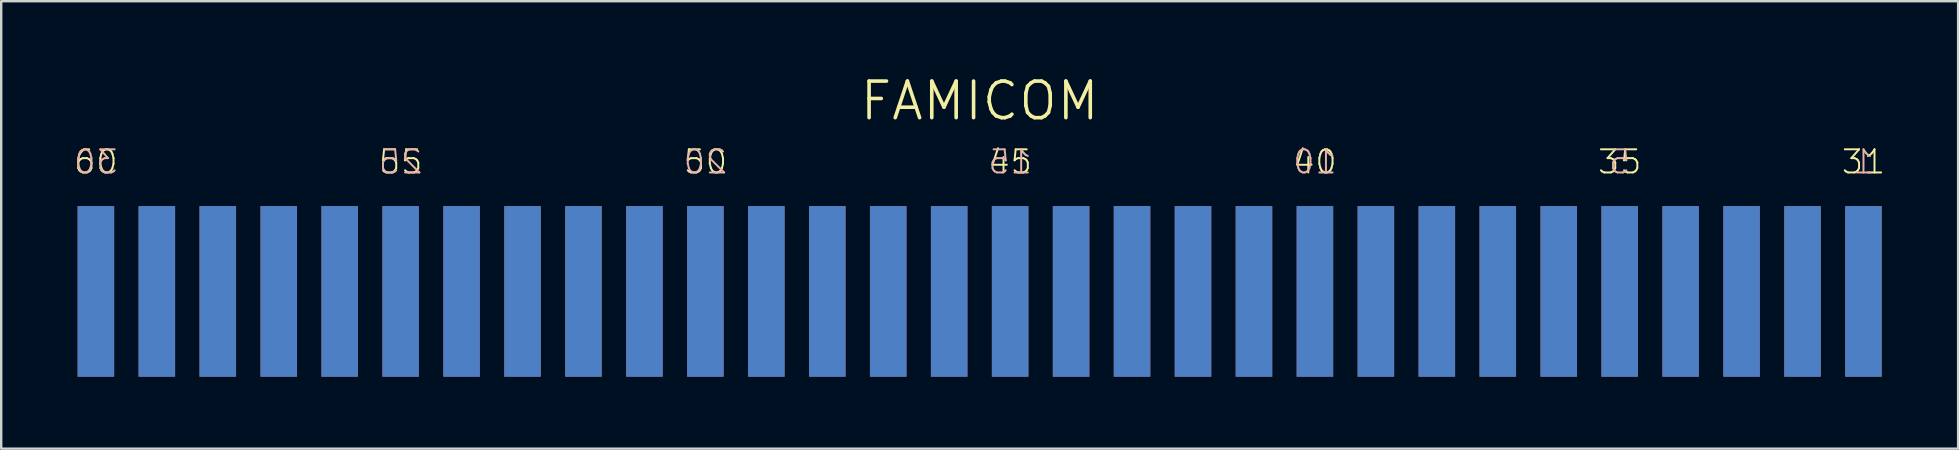
<source format=kicad_pcb>
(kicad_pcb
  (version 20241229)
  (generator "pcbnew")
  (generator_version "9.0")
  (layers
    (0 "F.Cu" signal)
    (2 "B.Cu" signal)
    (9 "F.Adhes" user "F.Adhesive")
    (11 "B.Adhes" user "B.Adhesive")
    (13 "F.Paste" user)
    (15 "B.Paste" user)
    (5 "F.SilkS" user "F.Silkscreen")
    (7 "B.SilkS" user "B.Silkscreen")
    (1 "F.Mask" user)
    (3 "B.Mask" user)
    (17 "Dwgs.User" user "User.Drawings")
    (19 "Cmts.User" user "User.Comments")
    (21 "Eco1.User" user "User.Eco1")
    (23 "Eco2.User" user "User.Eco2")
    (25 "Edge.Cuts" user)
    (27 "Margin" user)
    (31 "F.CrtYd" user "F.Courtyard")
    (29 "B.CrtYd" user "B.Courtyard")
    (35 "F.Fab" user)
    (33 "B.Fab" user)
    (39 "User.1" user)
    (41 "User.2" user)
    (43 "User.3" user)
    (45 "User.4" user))
  (footprint "FAMICOM"
    (layer "F.Cu")
    (at 37.775 1.155)
    (property "Reference" "FAMICOM" (at 0 0 0) (layer "F.SilkS") (effects (font (size 1.524 1.524) (thickness 0.15))))
    (attr through_hole)
    (fp_text user "35" (at 26.67 2.54 0) (layer "F.SilkS") (effects (font (size 0.965 0.965) (thickness 0.081))))
    (fp_text user "55" (at -24.13 2.54 0) (layer "F.SilkS") (effects (font (size 0.965 0.965) (thickness 0.081))))
    (fp_text user "31" (at 36.83 2.54 0) (layer "F.SilkS") (effects (font (size 0.965 0.965) (thickness 0.081))))
    (fp_text user "45" (at 1.27 2.54 0) (layer "F.SilkS") (effects (font (size 0.965 0.965) (thickness 0.081))))
    (fp_text user "50" (at -11.43 2.54 0) (layer "F.SilkS") (effects (font (size 0.965 0.965) (thickness 0.081))))
    (fp_text user "40" (at 13.97 2.54 0) (layer "F.SilkS") (effects (font (size 0.965 0.965) (thickness 0.081))))
    (fp_text user "60" (at -36.83 2.54 0) (layer "F.SilkS") (effects (font (size 0.965 0.965) (thickness 0.081))))
    (fp_text user "25" (at -24.13 2.54 0) (layer "B.SilkS") (effects (font (size 0.965 0.965) (thickness 0.081)) (justify mirror)))
    (fp_text user "30" (at -36.83 2.54 0) (layer "B.SilkS") (effects (font (size 0.965 0.965) (thickness 0.081)) (justify mirror)))
    (fp_text user "15" (at 1.27 2.54 0) (layer "B.SilkS") (effects (font (size 0.965 0.965) (thickness 0.081)) (justify mirror)))
    (fp_text user "10" (at 13.97 2.54 0) (layer "B.SilkS") (effects (font (size 0.965 0.965) (thickness 0.081)) (justify mirror)))
    (fp_text user "1" (at 36.83 2.54 0) (layer "B.SilkS") (effects (font (size 0.965 0.965) (thickness 0.081)) (justify mirror)))
    (fp_text user "20" (at -11.43 2.54 0) (layer "B.SilkS") (effects (font (size 0.965 0.965) (thickness 0.081)) (justify mirror)))
    (fp_text user "5" (at 26.67 2.54 0) (layer "B.SilkS") (effects (font (size 0.965 0.965) (thickness 0.081)) (justify mirror)))
    (pad "1" smd rect (at 36.83 7.938 90) (size 7.112 1.524) (layers "B.Cu" "B.Mask" "B.Paste"))
    (pad "2" smd rect (at 34.29 7.938 90) (size 7.112 1.524) (layers "B.Cu" "B.Mask" "B.Paste"))
    (pad "3" smd rect (at 31.75 7.938 90) (size 7.112 1.524) (layers "B.Cu" "B.Mask" "B.Paste"))
    (pad "4" smd rect (at 29.21 7.938 90) (size 7.112 1.524) (layers "B.Cu" "B.Mask" "B.Paste"))
    (pad "5" smd rect (at 26.67 7.938 90) (size 7.112 1.524) (layers "B.Cu" "B.Mask" "B.Paste"))
    (pad "6" smd rect (at 24.13 7.938 90) (size 7.112 1.524) (layers "B.Cu" "B.Mask" "B.Paste"))
    (pad "7" smd rect (at 21.59 7.938 90) (size 7.112 1.524) (layers "B.Cu" "B.Mask" "B.Paste"))
    (pad "8" smd rect (at 19.05 7.938 90) (size 7.112 1.524) (layers "B.Cu" "B.Mask" "B.Paste"))
    (pad "9" smd rect (at 16.51 7.938 90) (size 7.112 1.524) (layers "B.Cu" "B.Mask" "B.Paste"))
    (pad "10" smd rect (at 13.97 7.938 90) (size 7.112 1.524) (layers "B.Cu" "B.Mask" "B.Paste"))
    (pad "11" smd rect (at 11.43 7.938 90) (size 7.112 1.524) (layers "B.Cu" "B.Mask" "B.Paste"))
    (pad "12" smd rect (at 8.89 7.938 90) (size 7.112 1.524) (layers "B.Cu" "B.Mask" "B.Paste"))
    (pad "13" smd rect (at 6.35 7.938 90) (size 7.112 1.524) (layers "B.Cu" "B.Mask" "B.Paste"))
    (pad "14" smd rect (at 3.81 7.938 90) (size 7.112 1.524) (layers "B.Cu" "B.Mask" "B.Paste"))
    (pad "15" smd rect (at 1.27 7.938 90) (size 7.112 1.524) (layers "B.Cu" "B.Mask" "B.Paste"))
    (pad "16" smd rect (at -1.27 7.938 90) (size 7.112 1.524) (layers "B.Cu" "B.Mask" "B.Paste"))
    (pad "17" smd rect (at -3.81 7.938 90) (size 7.112 1.524) (layers "B.Cu" "B.Mask" "B.Paste"))
    (pad "18" smd rect (at -6.35 7.938 90) (size 7.112 1.524) (layers "B.Cu" "B.Mask" "B.Paste"))
    (pad "19" smd rect (at -8.89 7.938 90) (size 7.112 1.524) (layers "B.Cu" "B.Mask" "B.Paste"))
    (pad "20" smd rect (at -11.43 7.938 90) (size 7.112 1.524) (layers "B.Cu" "B.Mask" "B.Paste"))
    (pad "21" smd rect (at -13.97 7.938 90) (size 7.112 1.524) (layers "B.Cu" "B.Mask" "B.Paste"))
    (pad "22" smd rect (at -16.51 7.938 90) (size 7.112 1.524) (layers "B.Cu" "B.Mask" "B.Paste"))
    (pad "23" smd rect (at -19.05 7.938 90) (size 7.112 1.524) (layers "B.Cu" "B.Mask" "B.Paste"))
    (pad "24" smd rect (at -21.59 7.938 90) (size 7.112 1.524) (layers "B.Cu" "B.Mask" "B.Paste"))
    (pad "25" smd rect (at -24.13 7.938 90) (size 7.112 1.524) (layers "B.Cu" "B.Mask" "B.Paste"))
    (pad "26" smd rect (at -26.67 7.938 90) (size 7.112 1.524) (layers "B.Cu" "B.Mask" "B.Paste"))
    (pad "27" smd rect (at -29.21 7.938 90) (size 7.112 1.524) (layers "B.Cu" "B.Mask" "B.Paste"))
    (pad "28" smd rect (at -31.75 7.938 90) (size 7.112 1.524) (layers "B.Cu" "B.Mask" "B.Paste"))
    (pad "29" smd rect (at -34.29 7.938 90) (size 7.112 1.524) (layers "B.Cu" "B.Mask" "B.Paste"))
    (pad "30" smd rect (at -36.83 7.938 90) (size 7.112 1.524) (layers "B.Cu" "B.Mask" "B.Paste"))
    (pad "31" smd rect (at 36.83 7.938 90) (size 7.112 1.524) (layers "F.Cu" "F.Mask" "F.Paste"))
    (pad "32" smd rect (at 34.29 7.938 90) (size 7.112 1.524) (layers "F.Cu" "F.Mask" "F.Paste"))
    (pad "33" smd rect (at 31.75 7.938 90) (size 7.112 1.524) (layers "F.Cu" "F.Mask" "F.Paste"))
    (pad "34" smd rect (at 29.21 7.938 90) (size 7.112 1.524) (layers "F.Cu" "F.Mask" "F.Paste"))
    (pad "35" smd rect (at 26.67 7.938 90) (size 7.112 1.524) (layers "F.Cu" "F.Mask" "F.Paste"))
    (pad "36" smd rect (at 24.13 7.938 90) (size 7.112 1.524) (layers "F.Cu" "F.Mask" "F.Paste"))
    (pad "37" smd rect (at 21.59 7.938 90) (size 7.112 1.524) (layers "F.Cu" "F.Mask" "F.Paste"))
    (pad "38" smd rect (at 19.05 7.938 90) (size 7.112 1.524) (layers "F.Cu" "F.Mask" "F.Paste"))
    (pad "39" smd rect (at 16.51 7.938 90) (size 7.112 1.524) (layers "F.Cu" "F.Mask" "F.Paste"))
    (pad "40" smd rect (at 13.97 7.938 90) (size 7.112 1.524) (layers "F.Cu" "F.Mask" "F.Paste"))
    (pad "41" smd rect (at 11.43 7.938 90) (size 7.112 1.524) (layers "F.Cu" "F.Mask" "F.Paste"))
    (pad "42" smd rect (at 8.89 7.938 90) (size 7.112 1.524) (layers "F.Cu" "F.Mask" "F.Paste"))
    (pad "43" smd rect (at 6.35 7.938 90) (size 7.112 1.524) (layers "F.Cu" "F.Mask" "F.Paste"))
    (pad "44" smd rect (at 3.81 7.938 90) (size 7.112 1.524) (layers "F.Cu" "F.Mask" "F.Paste"))
    (pad "45" smd rect (at 1.27 7.938 90) (size 7.112 1.524) (layers "F.Cu" "F.Mask" "F.Paste"))
    (pad "46" smd rect (at -1.27 7.938 90) (size 7.112 1.524) (layers "F.Cu" "F.Mask" "F.Paste"))
    (pad "47" smd rect (at -3.81 7.938 90) (size 7.112 1.524) (layers "F.Cu" "F.Mask" "F.Paste"))
    (pad "48" smd rect (at -6.35 7.938 90) (size 7.112 1.524) (layers "F.Cu" "F.Mask" "F.Paste"))
    (pad "49" smd rect (at -8.89 7.938 90) (size 7.112 1.524) (layers "F.Cu" "F.Mask" "F.Paste"))
    (pad "50" smd rect (at -11.43 7.938 90) (size 7.112 1.524) (layers "F.Cu" "F.Mask" "F.Paste"))
    (pad "51" smd rect (at -13.97 7.938 90) (size 7.112 1.524) (layers "F.Cu" "F.Mask" "F.Paste"))
    (pad "52" smd rect (at -16.51 7.938 90) (size 7.112 1.524) (layers "F.Cu" "F.Mask" "F.Paste"))
    (pad "53" smd rect (at -19.05 7.938 90) (size 7.112 1.524) (layers "F.Cu" "F.Mask" "F.Paste"))
    (pad "54" smd rect (at -21.59 7.938 90) (size 7.112 1.524) (layers "F.Cu" "F.Mask" "F.Paste"))
    (pad "55" smd rect (at -24.13 7.938 90) (size 7.112 1.524) (layers "F.Cu" "F.Mask" "F.Paste"))
    (pad "56" smd rect (at -26.67 7.938 90) (size 7.112 1.524) (layers "F.Cu" "F.Mask" "F.Paste"))
    (pad "57" smd rect (at -29.21 7.938 90) (size 7.112 1.524) (layers "F.Cu" "F.Mask" "F.Paste"))
    (pad "58" smd rect (at -31.75 7.938 90) (size 7.112 1.524) (layers "F.Cu" "F.Mask" "F.Paste"))
    (pad "59" smd rect (at -34.29 7.938 90) (size 7.112 1.524) (layers "F.Cu" "F.Mask" "F.Paste"))
    (pad "60" smd rect (at -36.83 7.938 90) (size 7.112 1.524) (layers "F.Cu" "F.Mask" "F.Paste")))
  (gr_rect
    (start -3 -3)
    (end 78.549 15.648)
    (stroke (width 0.1) (type default))
    (fill no)
    (layer "Edge.Cuts")))
</source>
